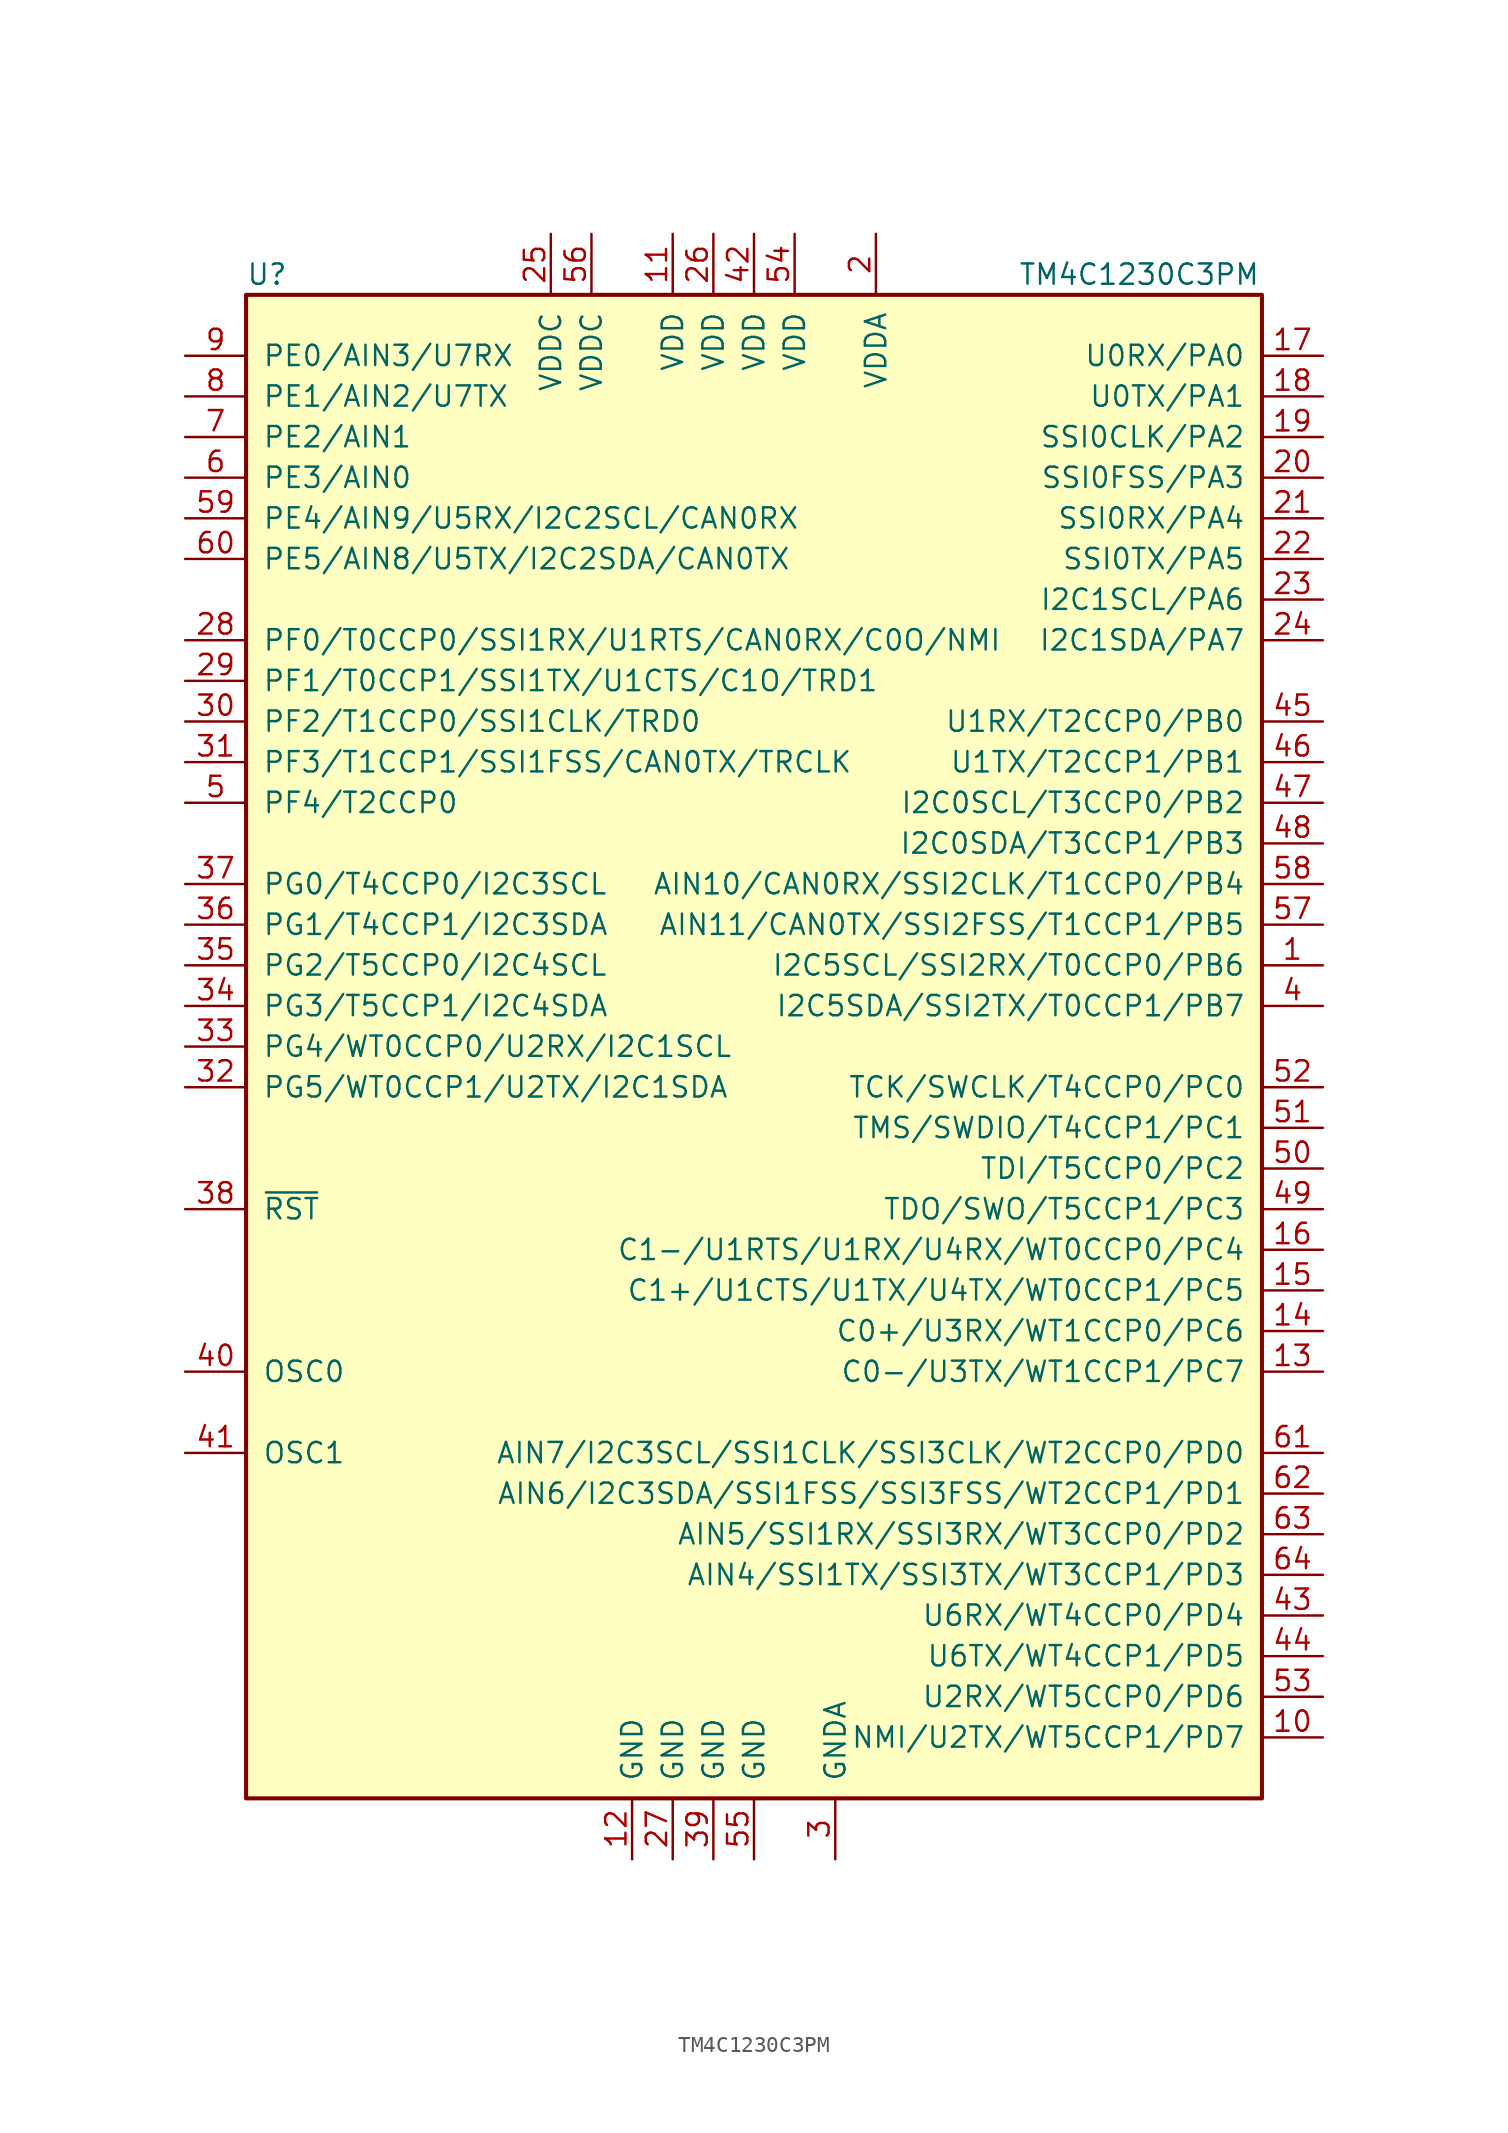
<source format=kicad_sym>
(kicad_symbol_lib
  (version 20220914)
  (generator kicad_symbol_editor)
  (symbol "TM4C1230C3PM"
    (pin_names
      (offset 1.016))
    (property "Reference" "U"
      (at -31.75 48.26 0)
      (effects (font (size 1.27 1.27)) (justify left)))
    (property "Value" "TM4C1230C3PM"
      (at 16.51 48.26 0)
      (effects (font (size 1.27 1.27)) (justify left)))
    (symbol "TM4C1230C3PM_0_1"
      (rectangle (start -31.75 46.99) (end 31.75 -46.99) (stroke (width 0.254) (type default)) (fill (type background))))
    (symbol "TM4C1230C3PM_1_1"
      (pin bidirectional line (at 35.56 5.08 180) (length 3.81) (name "I2C5SCL/SSI2RX/T0CCP0/PB6" (effects (font (size 1.27 1.27)))) (number "1" (effects (font (size 1.27 1.27)))))
      (pin bidirectional line (at 35.56 -43.18 180) (length 3.81) (name "NMI/U2TX/WT5CCP1/PD7" (effects (font (size 1.27 1.27)))) (number "10" (effects (font (size 1.27 1.27)))))
      (pin power_in line (at -5.08 50.8 270) (length 3.81) (name "VDD" (effects (font (size 1.27 1.27)))) (number "11" (effects (font (size 1.27 1.27)))))
      (pin power_in line (at -7.62 -50.8 90) (length 3.81) (name "GND" (effects (font (size 1.27 1.27)))) (number "12" (effects (font (size 1.27 1.27)))))
      (pin bidirectional line (at 35.56 -20.32 180) (length 3.81) (name "C0-/U3TX/WT1CCP1/PC7" (effects (font (size 1.27 1.27)))) (number "13" (effects (font (size 1.27 1.27)))))
      (pin bidirectional line (at 35.56 -17.78 180) (length 3.81) (name "C0+/U3RX/WT1CCP0/PC6" (effects (font (size 1.27 1.27)))) (number "14" (effects (font (size 1.27 1.27)))))
      (pin bidirectional line (at 35.56 -15.24 180) (length 3.81) (name "C1+/U1CTS/U1TX/U4TX/WT0CCP1/PC5" (effects (font (size 1.27 1.27)))) (number "15" (effects (font (size 1.27 1.27)))))
      (pin bidirectional line (at 35.56 -12.7 180) (length 3.81) (name "C1-/U1RTS/U1RX/U4RX/WT0CCP0/PC4" (effects (font (size 1.27 1.27)))) (number "16" (effects (font (size 1.27 1.27)))))
      (pin bidirectional line (at 35.56 43.18 180) (length 3.81) (name "U0RX/PA0" (effects (font (size 1.27 1.27)))) (number "17" (effects (font (size 1.27 1.27)))))
      (pin bidirectional line (at 35.56 40.64 180) (length 3.81) (name "U0TX/PA1" (effects (font (size 1.27 1.27)))) (number "18" (effects (font (size 1.27 1.27)))))
      (pin bidirectional line (at 35.56 38.1 180) (length 3.81) (name "SSI0CLK/PA2" (effects (font (size 1.27 1.27)))) (number "19" (effects (font (size 1.27 1.27)))))
      (pin power_in line (at 7.62 50.8 270) (length 3.81) (name "VDDA" (effects (font (size 1.27 1.27)))) (number "2" (effects (font (size 1.27 1.27)))))
      (pin bidirectional line (at 35.56 35.56 180) (length 3.81) (name "SSI0FSS/PA3" (effects (font (size 1.27 1.27)))) (number "20" (effects (font (size 1.27 1.27)))))
      (pin bidirectional line (at 35.56 33.02 180) (length 3.81) (name "SSI0RX/PA4" (effects (font (size 1.27 1.27)))) (number "21" (effects (font (size 1.27 1.27)))))
      (pin bidirectional line (at 35.56 30.48 180) (length 3.81) (name "SSI0TX/PA5" (effects (font (size 1.27 1.27)))) (number "22" (effects (font (size 1.27 1.27)))))
      (pin bidirectional line (at 35.56 27.94 180) (length 3.81) (name "I2C1SCL/PA6" (effects (font (size 1.27 1.27)))) (number "23" (effects (font (size 1.27 1.27)))))
      (pin bidirectional line (at 35.56 25.4 180) (length 3.81) (name "I2C1SDA/PA7" (effects (font (size 1.27 1.27)))) (number "24" (effects (font (size 1.27 1.27)))))
      (pin power_in line (at -12.7 50.8 270) (length 3.81) (name "VDDC" (effects (font (size 1.27 1.27)))) (number "25" (effects (font (size 1.27 1.27)))))
      (pin power_in line (at -2.54 50.8 270) (length 3.81) (name "VDD" (effects (font (size 1.27 1.27)))) (number "26" (effects (font (size 1.27 1.27)))))
      (pin power_in line (at -5.08 -50.8 90) (length 3.81) (name "GND" (effects (font (size 1.27 1.27)))) (number "27" (effects (font (size 1.27 1.27)))))
      (pin bidirectional line (at -35.56 25.4 0) (length 3.81) (name "PF0/T0CCP0/SSI1RX/U1RTS/CAN0RX/C0O/NMI" (effects (font (size 1.27 1.27)))) (number "28" (effects (font (size 1.27 1.27)))))
      (pin bidirectional line (at -35.56 22.86 0) (length 3.81) (name "PF1/T0CCP1/SSI1TX/U1CTS/C1O/TRD1" (effects (font (size 1.27 1.27)))) (number "29" (effects (font (size 1.27 1.27)))))
      (pin power_in line (at 5.08 -50.8 90) (length 3.81) (name "GNDA" (effects (font (size 1.27 1.27)))) (number "3" (effects (font (size 1.27 1.27)))))
      (pin bidirectional line (at -35.56 20.32 0) (length 3.81) (name "PF2/T1CCP0/SSI1CLK/TRD0" (effects (font (size 1.27 1.27)))) (number "30" (effects (font (size 1.27 1.27)))))
      (pin bidirectional line (at -35.56 17.78 0) (length 3.81) (name "PF3/T1CCP1/SSI1FSS/CAN0TX/TRCLK" (effects (font (size 1.27 1.27)))) (number "31" (effects (font (size 1.27 1.27)))))
      (pin bidirectional line (at -35.56 -2.54 0) (length 3.81) (name "PG5/WT0CCP1/U2TX/I2C1SDA" (effects (font (size 1.27 1.27)))) (number "32" (effects (font (size 1.27 1.27)))))
      (pin bidirectional line (at -35.56 0 0) (length 3.81) (name "PG4/WT0CCP0/U2RX/I2C1SCL" (effects (font (size 1.27 1.27)))) (number "33" (effects (font (size 1.27 1.27)))))
      (pin bidirectional line (at -35.56 2.54 0) (length 3.81) (name "PG3/T5CCP1/I2C4SDA" (effects (font (size 1.27 1.27)))) (number "34" (effects (font (size 1.27 1.27)))))
      (pin bidirectional line (at -35.56 5.08 0) (length 3.81) (name "PG2/T5CCP0/I2C4SCL" (effects (font (size 1.27 1.27)))) (number "35" (effects (font (size 1.27 1.27)))))
      (pin bidirectional line (at -35.56 7.62 0) (length 3.81) (name "PG1/T4CCP1/I2C3SDA" (effects (font (size 1.27 1.27)))) (number "36" (effects (font (size 1.27 1.27)))))
      (pin bidirectional line (at -35.56 10.16 0) (length 3.81) (name "PG0/T4CCP0/I2C3SCL" (effects (font (size 1.27 1.27)))) (number "37" (effects (font (size 1.27 1.27)))))
      (pin input line (at -35.56 -10.16 0) (length 3.81) (name "~{RST}" (effects (font (size 1.27 1.27)))) (number "38" (effects (font (size 1.27 1.27)))))
      (pin power_in line (at -2.54 -50.8 90) (length 3.81) (name "GND" (effects (font (size 1.27 1.27)))) (number "39" (effects (font (size 1.27 1.27)))))
      (pin bidirectional line (at 35.56 2.54 180) (length 3.81) (name "I2C5SDA/SSI2TX/T0CCP1/PB7" (effects (font (size 1.27 1.27)))) (number "4" (effects (font (size 1.27 1.27)))))
      (pin passive line (at -35.56 -20.32 0) (length 3.81) (name "OSC0" (effects (font (size 1.27 1.27)))) (number "40" (effects (font (size 1.27 1.27)))))
      (pin passive line (at -35.56 -25.4 0) (length 3.81) (name "OSC1" (effects (font (size 1.27 1.27)))) (number "41" (effects (font (size 1.27 1.27)))))
      (pin power_in line (at 0 50.8 270) (length 3.81) (name "VDD" (effects (font (size 1.27 1.27)))) (number "42" (effects (font (size 1.27 1.27)))))
      (pin bidirectional line (at 35.56 -35.56 180) (length 3.81) (name "U6RX/WT4CCP0/PD4" (effects (font (size 1.27 1.27)))) (number "43" (effects (font (size 1.27 1.27)))))
      (pin bidirectional line (at 35.56 -38.1 180) (length 3.81) (name "U6TX/WT4CCP1/PD5" (effects (font (size 1.27 1.27)))) (number "44" (effects (font (size 1.27 1.27)))))
      (pin bidirectional line (at 35.56 20.32 180) (length 3.81) (name "U1RX/T2CCP0/PB0" (effects (font (size 1.27 1.27)))) (number "45" (effects (font (size 1.27 1.27)))))
      (pin bidirectional line (at 35.56 17.78 180) (length 3.81) (name "U1TX/T2CCP1/PB1" (effects (font (size 1.27 1.27)))) (number "46" (effects (font (size 1.27 1.27)))))
      (pin bidirectional line (at 35.56 15.24 180) (length 3.81) (name "I2C0SCL/T3CCP0/PB2" (effects (font (size 1.27 1.27)))) (number "47" (effects (font (size 1.27 1.27)))))
      (pin bidirectional line (at 35.56 12.7 180) (length 3.81) (name "I2C0SDA/T3CCP1/PB3" (effects (font (size 1.27 1.27)))) (number "48" (effects (font (size 1.27 1.27)))))
      (pin bidirectional line (at 35.56 -10.16 180) (length 3.81) (name "TDO/SWO/T5CCP1/PC3" (effects (font (size 1.27 1.27)))) (number "49" (effects (font (size 1.27 1.27)))))
      (pin bidirectional line (at -35.56 15.24 0) (length 3.81) (name "PF4/T2CCP0" (effects (font (size 1.27 1.27)))) (number "5" (effects (font (size 1.27 1.27)))))
      (pin bidirectional line (at 35.56 -7.62 180) (length 3.81) (name "TDI/T5CCP0/PC2" (effects (font (size 1.27 1.27)))) (number "50" (effects (font (size 1.27 1.27)))))
      (pin bidirectional line (at 35.56 -5.08 180) (length 3.81) (name "TMS/SWDIO/T4CCP1/PC1" (effects (font (size 1.27 1.27)))) (number "51" (effects (font (size 1.27 1.27)))))
      (pin bidirectional line (at 35.56 -2.54 180) (length 3.81) (name "TCK/SWCLK/T4CCP0/PC0" (effects (font (size 1.27 1.27)))) (number "52" (effects (font (size 1.27 1.27)))))
      (pin bidirectional line (at 35.56 -40.64 180) (length 3.81) (name "U2RX/WT5CCP0/PD6" (effects (font (size 1.27 1.27)))) (number "53" (effects (font (size 1.27 1.27)))))
      (pin power_in line (at 2.54 50.8 270) (length 3.81) (name "VDD" (effects (font (size 1.27 1.27)))) (number "54" (effects (font (size 1.27 1.27)))))
      (pin power_in line (at 0 -50.8 90) (length 3.81) (name "GND" (effects (font (size 1.27 1.27)))) (number "55" (effects (font (size 1.27 1.27)))))
      (pin power_in line (at -10.16 50.8 270) (length 3.81) (name "VDDC" (effects (font (size 1.27 1.27)))) (number "56" (effects (font (size 1.27 1.27)))))
      (pin bidirectional line (at 35.56 7.62 180) (length 3.81) (name "AIN11/CAN0TX/SSI2FSS/T1CCP1/PB5" (effects (font (size 1.27 1.27)))) (number "57" (effects (font (size 1.27 1.27)))))
      (pin bidirectional line (at 35.56 10.16 180) (length 3.81) (name "AIN10/CAN0RX/SSI2CLK/T1CCP0/PB4" (effects (font (size 1.27 1.27)))) (number "58" (effects (font (size 1.27 1.27)))))
      (pin bidirectional line (at -35.56 33.02 0) (length 3.81) (name "PE4/AIN9/U5RX/I2C2SCL/CAN0RX" (effects (font (size 1.27 1.27)))) (number "59" (effects (font (size 1.27 1.27)))))
      (pin bidirectional line (at -35.56 35.56 0) (length 3.81) (name "PE3/AIN0" (effects (font (size 1.27 1.27)))) (number "6" (effects (font (size 1.27 1.27)))))
      (pin bidirectional line (at -35.56 30.48 0) (length 3.81) (name "PE5/AIN8/U5TX/I2C2SDA/CAN0TX" (effects (font (size 1.27 1.27)))) (number "60" (effects (font (size 1.27 1.27)))))
      (pin bidirectional line (at 35.56 -25.4 180) (length 3.81) (name "AIN7/I2C3SCL/SSI1CLK/SSI3CLK/WT2CCP0/PD0" (effects (font (size 1.27 1.27)))) (number "61" (effects (font (size 1.27 1.27)))))
      (pin bidirectional line (at 35.56 -27.94 180) (length 3.81) (name "AIN6/I2C3SDA/SSI1FSS/SSI3FSS/WT2CCP1/PD1" (effects (font (size 1.27 1.27)))) (number "62" (effects (font (size 1.27 1.27)))))
      (pin bidirectional line (at 35.56 -30.48 180) (length 3.81) (name "AIN5/SSI1RX/SSI3RX/WT3CCP0/PD2" (effects (font (size 1.27 1.27)))) (number "63" (effects (font (size 1.27 1.27)))))
      (pin bidirectional line (at 35.56 -33.02 180) (length 3.81) (name "AIN4/SSI1TX/SSI3TX/WT3CCP1/PD3" (effects (font (size 1.27 1.27)))) (number "64" (effects (font (size 1.27 1.27)))))
      (pin bidirectional line (at -35.56 38.1 0) (length 3.81) (name "PE2/AIN1" (effects (font (size 1.27 1.27)))) (number "7" (effects (font (size 1.27 1.27)))))
      (pin bidirectional line (at -35.56 40.64 0) (length 3.81) (name "PE1/AIN2/U7TX" (effects (font (size 1.27 1.27)))) (number "8" (effects (font (size 1.27 1.27)))))
      (pin bidirectional line (at -35.56 43.18 0) (length 3.81) (name "PE0/AIN3/U7RX" (effects (font (size 1.27 1.27)))) (number "9" (effects (font (size 1.27 1.27))))))))
</source>
